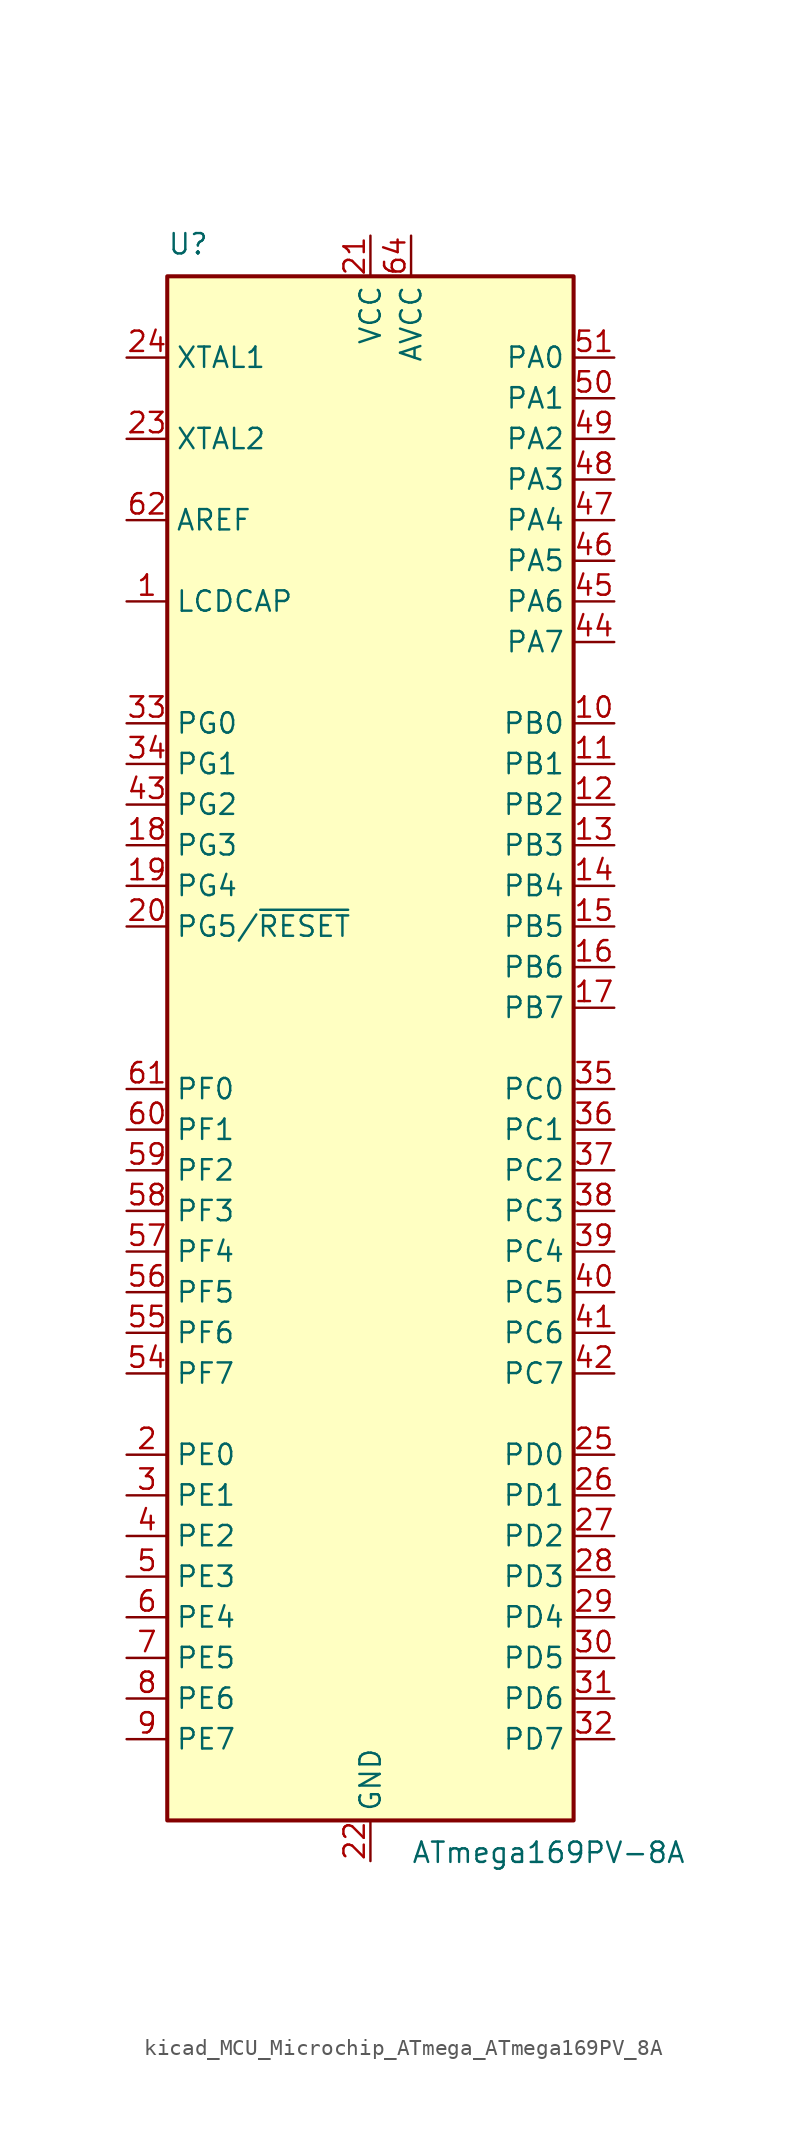
<source format=kicad_sym>
(kicad_symbol_lib
  (version 20220914)
  (generator kicad_symbol_editor)
  (symbol "kicad_MCU_Microchip_ATmega_ATmega169PV_8A"
    (property "Reference" "U"
      (at -12.7 49.53 0)
      (effects (font (size 1.27 1.27)) (justify left bottom)))
    (property "Value" "ATmega169PV-8A"
      (at 2.54 -49.53 0)
      (effects (font (size 1.27 1.27)) (justify left top)))
    (symbol "kicad_MCU_Microchip_ATmega_ATmega169PV_8A_0_1"
      (rectangle (start -12.7 -48.26) (end 12.7 48.26) (stroke (width 0.254) (type default)) (fill (type background))))
    (symbol "kicad_MCU_Microchip_ATmega_ATmega169PV_8A_1_1"
      (pin passive line (at -15.24 27.94 0) (length 2.54) (name "LCDCAP" (effects (font (size 1.27 1.27)))) (number "1" (effects (font (size 1.27 1.27)))))
      (pin bidirectional line (at 15.24 20.32 180) (length 2.54) (name "PB0" (effects (font (size 1.27 1.27)))) (number "10" (effects (font (size 1.27 1.27)))))
      (pin bidirectional line (at 15.24 17.78 180) (length 2.54) (name "PB1" (effects (font (size 1.27 1.27)))) (number "11" (effects (font (size 1.27 1.27)))))
      (pin bidirectional line (at 15.24 15.24 180) (length 2.54) (name "PB2" (effects (font (size 1.27 1.27)))) (number "12" (effects (font (size 1.27 1.27)))))
      (pin bidirectional line (at 15.24 12.7 180) (length 2.54) (name "PB3" (effects (font (size 1.27 1.27)))) (number "13" (effects (font (size 1.27 1.27)))))
      (pin bidirectional line (at 15.24 10.16 180) (length 2.54) (name "PB4" (effects (font (size 1.27 1.27)))) (number "14" (effects (font (size 1.27 1.27)))))
      (pin bidirectional line (at 15.24 7.62 180) (length 2.54) (name "PB5" (effects (font (size 1.27 1.27)))) (number "15" (effects (font (size 1.27 1.27)))))
      (pin bidirectional line (at 15.24 5.08 180) (length 2.54) (name "PB6" (effects (font (size 1.27 1.27)))) (number "16" (effects (font (size 1.27 1.27)))))
      (pin bidirectional line (at 15.24 2.54 180) (length 2.54) (name "PB7" (effects (font (size 1.27 1.27)))) (number "17" (effects (font (size 1.27 1.27)))))
      (pin bidirectional line (at -15.24 12.7 0) (length 2.54) (name "PG3" (effects (font (size 1.27 1.27)))) (number "18" (effects (font (size 1.27 1.27)))))
      (pin bidirectional line (at -15.24 10.16 0) (length 2.54) (name "PG4" (effects (font (size 1.27 1.27)))) (number "19" (effects (font (size 1.27 1.27)))))
      (pin bidirectional line (at -15.24 -25.4 0) (length 2.54) (name "PE0" (effects (font (size 1.27 1.27)))) (number "2" (effects (font (size 1.27 1.27)))))
      (pin bidirectional line (at -15.24 7.62 0) (length 2.54) (name "PG5/~{RESET}" (effects (font (size 1.27 1.27)))) (number "20" (effects (font (size 1.27 1.27)))))
      (pin power_in line (at 0 50.8 270) (length 2.54) (name "VCC" (effects (font (size 1.27 1.27)))) (number "21" (effects (font (size 1.27 1.27)))))
      (pin power_in line (at 0 -50.8 90) (length 2.54) (name "GND" (effects (font (size 1.27 1.27)))) (number "22" (effects (font (size 1.27 1.27)))))
      (pin output line (at -15.24 38.1 0) (length 2.54) (name "XTAL2" (effects (font (size 1.27 1.27)))) (number "23" (effects (font (size 1.27 1.27)))))
      (pin input line (at -15.24 43.18 0) (length 2.54) (name "XTAL1" (effects (font (size 1.27 1.27)))) (number "24" (effects (font (size 1.27 1.27)))))
      (pin bidirectional line (at 15.24 -25.4 180) (length 2.54) (name "PD0" (effects (font (size 1.27 1.27)))) (number "25" (effects (font (size 1.27 1.27)))))
      (pin bidirectional line (at 15.24 -27.94 180) (length 2.54) (name "PD1" (effects (font (size 1.27 1.27)))) (number "26" (effects (font (size 1.27 1.27)))))
      (pin bidirectional line (at 15.24 -30.48 180) (length 2.54) (name "PD2" (effects (font (size 1.27 1.27)))) (number "27" (effects (font (size 1.27 1.27)))))
      (pin bidirectional line (at 15.24 -33.02 180) (length 2.54) (name "PD3" (effects (font (size 1.27 1.27)))) (number "28" (effects (font (size 1.27 1.27)))))
      (pin bidirectional line (at 15.24 -35.56 180) (length 2.54) (name "PD4" (effects (font (size 1.27 1.27)))) (number "29" (effects (font (size 1.27 1.27)))))
      (pin bidirectional line (at -15.24 -27.94 0) (length 2.54) (name "PE1" (effects (font (size 1.27 1.27)))) (number "3" (effects (font (size 1.27 1.27)))))
      (pin bidirectional line (at 15.24 -38.1 180) (length 2.54) (name "PD5" (effects (font (size 1.27 1.27)))) (number "30" (effects (font (size 1.27 1.27)))))
      (pin bidirectional line (at 15.24 -40.64 180) (length 2.54) (name "PD6" (effects (font (size 1.27 1.27)))) (number "31" (effects (font (size 1.27 1.27)))))
      (pin bidirectional line (at 15.24 -43.18 180) (length 2.54) (name "PD7" (effects (font (size 1.27 1.27)))) (number "32" (effects (font (size 1.27 1.27)))))
      (pin bidirectional line (at -15.24 20.32 0) (length 2.54) (name "PG0" (effects (font (size 1.27 1.27)))) (number "33" (effects (font (size 1.27 1.27)))))
      (pin bidirectional line (at -15.24 17.78 0) (length 2.54) (name "PG1" (effects (font (size 1.27 1.27)))) (number "34" (effects (font (size 1.27 1.27)))))
      (pin bidirectional line (at 15.24 -2.54 180) (length 2.54) (name "PC0" (effects (font (size 1.27 1.27)))) (number "35" (effects (font (size 1.27 1.27)))))
      (pin bidirectional line (at 15.24 -5.08 180) (length 2.54) (name "PC1" (effects (font (size 1.27 1.27)))) (number "36" (effects (font (size 1.27 1.27)))))
      (pin bidirectional line (at 15.24 -7.62 180) (length 2.54) (name "PC2" (effects (font (size 1.27 1.27)))) (number "37" (effects (font (size 1.27 1.27)))))
      (pin bidirectional line (at 15.24 -10.16 180) (length 2.54) (name "PC3" (effects (font (size 1.27 1.27)))) (number "38" (effects (font (size 1.27 1.27)))))
      (pin bidirectional line (at 15.24 -12.7 180) (length 2.54) (name "PC4" (effects (font (size 1.27 1.27)))) (number "39" (effects (font (size 1.27 1.27)))))
      (pin bidirectional line (at -15.24 -30.48 0) (length 2.54) (name "PE2" (effects (font (size 1.27 1.27)))) (number "4" (effects (font (size 1.27 1.27)))))
      (pin bidirectional line (at 15.24 -15.24 180) (length 2.54) (name "PC5" (effects (font (size 1.27 1.27)))) (number "40" (effects (font (size 1.27 1.27)))))
      (pin bidirectional line (at 15.24 -17.78 180) (length 2.54) (name "PC6" (effects (font (size 1.27 1.27)))) (number "41" (effects (font (size 1.27 1.27)))))
      (pin bidirectional line (at 15.24 -20.32 180) (length 2.54) (name "PC7" (effects (font (size 1.27 1.27)))) (number "42" (effects (font (size 1.27 1.27)))))
      (pin bidirectional line (at -15.24 15.24 0) (length 2.54) (name "PG2" (effects (font (size 1.27 1.27)))) (number "43" (effects (font (size 1.27 1.27)))))
      (pin bidirectional line (at 15.24 25.4 180) (length 2.54) (name "PA7" (effects (font (size 1.27 1.27)))) (number "44" (effects (font (size 1.27 1.27)))))
      (pin bidirectional line (at 15.24 27.94 180) (length 2.54) (name "PA6" (effects (font (size 1.27 1.27)))) (number "45" (effects (font (size 1.27 1.27)))))
      (pin bidirectional line (at 15.24 30.48 180) (length 2.54) (name "PA5" (effects (font (size 1.27 1.27)))) (number "46" (effects (font (size 1.27 1.27)))))
      (pin bidirectional line (at 15.24 33.02 180) (length 2.54) (name "PA4" (effects (font (size 1.27 1.27)))) (number "47" (effects (font (size 1.27 1.27)))))
      (pin bidirectional line (at 15.24 35.56 180) (length 2.54) (name "PA3" (effects (font (size 1.27 1.27)))) (number "48" (effects (font (size 1.27 1.27)))))
      (pin bidirectional line (at 15.24 38.1 180) (length 2.54) (name "PA2" (effects (font (size 1.27 1.27)))) (number "49" (effects (font (size 1.27 1.27)))))
      (pin bidirectional line (at -15.24 -33.02 0) (length 2.54) (name "PE3" (effects (font (size 1.27 1.27)))) (number "5" (effects (font (size 1.27 1.27)))))
      (pin bidirectional line (at 15.24 40.64 180) (length 2.54) (name "PA1" (effects (font (size 1.27 1.27)))) (number "50" (effects (font (size 1.27 1.27)))))
      (pin bidirectional line (at 15.24 43.18 180) (length 2.54) (name "PA0" (effects (font (size 1.27 1.27)))) (number "51" (effects (font (size 1.27 1.27)))))
      (pin passive line (at 0 50.8 270) (length 2.54) hide (name "VCC" (effects (font (size 1.27 1.27)))) (number "52" (effects (font (size 1.27 1.27)))))
      (pin passive line (at 0 -50.8 90) (length 2.54) hide (name "GND" (effects (font (size 1.27 1.27)))) (number "53" (effects (font (size 1.27 1.27)))))
      (pin bidirectional line (at -15.24 -20.32 0) (length 2.54) (name "PF7" (effects (font (size 1.27 1.27)))) (number "54" (effects (font (size 1.27 1.27)))))
      (pin bidirectional line (at -15.24 -17.78 0) (length 2.54) (name "PF6" (effects (font (size 1.27 1.27)))) (number "55" (effects (font (size 1.27 1.27)))))
      (pin bidirectional line (at -15.24 -15.24 0) (length 2.54) (name "PF5" (effects (font (size 1.27 1.27)))) (number "56" (effects (font (size 1.27 1.27)))))
      (pin bidirectional line (at -15.24 -12.7 0) (length 2.54) (name "PF4" (effects (font (size 1.27 1.27)))) (number "57" (effects (font (size 1.27 1.27)))))
      (pin bidirectional line (at -15.24 -10.16 0) (length 2.54) (name "PF3" (effects (font (size 1.27 1.27)))) (number "58" (effects (font (size 1.27 1.27)))))
      (pin bidirectional line (at -15.24 -7.62 0) (length 2.54) (name "PF2" (effects (font (size 1.27 1.27)))) (number "59" (effects (font (size 1.27 1.27)))))
      (pin bidirectional line (at -15.24 -35.56 0) (length 2.54) (name "PE4" (effects (font (size 1.27 1.27)))) (number "6" (effects (font (size 1.27 1.27)))))
      (pin bidirectional line (at -15.24 -5.08 0) (length 2.54) (name "PF1" (effects (font (size 1.27 1.27)))) (number "60" (effects (font (size 1.27 1.27)))))
      (pin bidirectional line (at -15.24 -2.54 0) (length 2.54) (name "PF0" (effects (font (size 1.27 1.27)))) (number "61" (effects (font (size 1.27 1.27)))))
      (pin passive line (at -15.24 33.02 0) (length 2.54) (name "AREF" (effects (font (size 1.27 1.27)))) (number "62" (effects (font (size 1.27 1.27)))))
      (pin passive line (at 0 -50.8 90) (length 2.54) hide (name "GND" (effects (font (size 1.27 1.27)))) (number "63" (effects (font (size 1.27 1.27)))))
      (pin power_in line (at 2.54 50.8 270) (length 2.54) (name "AVCC" (effects (font (size 1.27 1.27)))) (number "64" (effects (font (size 1.27 1.27)))))
      (pin bidirectional line (at -15.24 -38.1 0) (length 2.54) (name "PE5" (effects (font (size 1.27 1.27)))) (number "7" (effects (font (size 1.27 1.27)))))
      (pin bidirectional line (at -15.24 -40.64 0) (length 2.54) (name "PE6" (effects (font (size 1.27 1.27)))) (number "8" (effects (font (size 1.27 1.27)))))
      (pin bidirectional line (at -15.24 -43.18 0) (length 2.54) (name "PE7" (effects (font (size 1.27 1.27)))) (number "9" (effects (font (size 1.27 1.27))))))))
</source>
